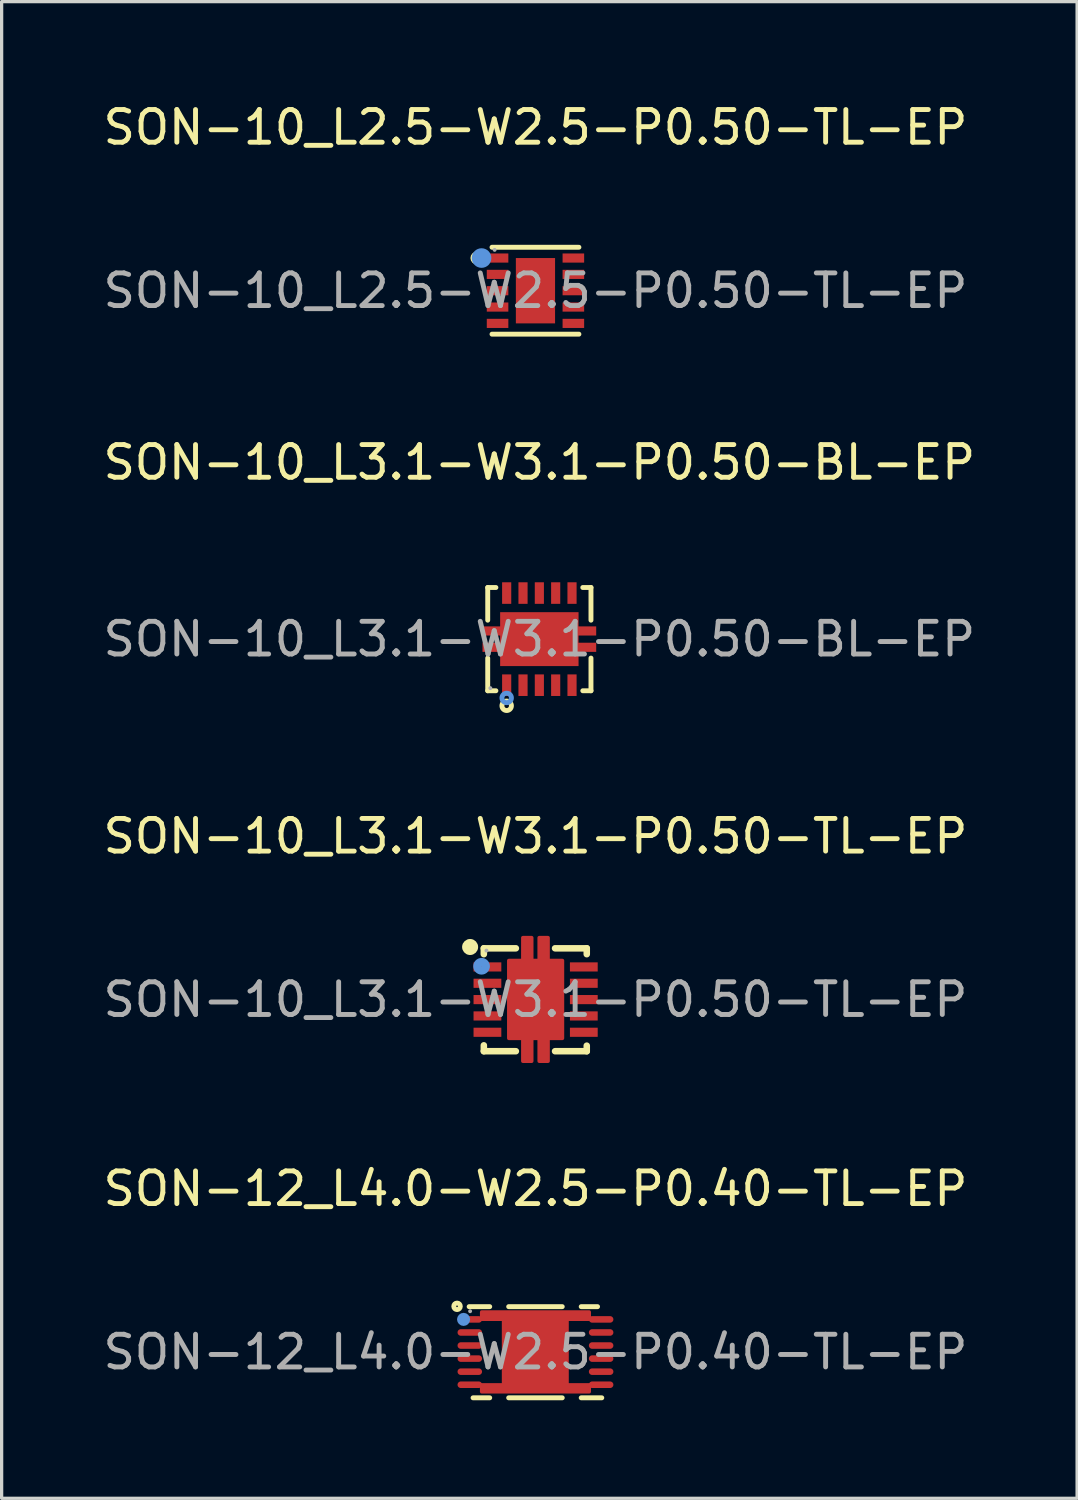
<source format=kicad_pcb>
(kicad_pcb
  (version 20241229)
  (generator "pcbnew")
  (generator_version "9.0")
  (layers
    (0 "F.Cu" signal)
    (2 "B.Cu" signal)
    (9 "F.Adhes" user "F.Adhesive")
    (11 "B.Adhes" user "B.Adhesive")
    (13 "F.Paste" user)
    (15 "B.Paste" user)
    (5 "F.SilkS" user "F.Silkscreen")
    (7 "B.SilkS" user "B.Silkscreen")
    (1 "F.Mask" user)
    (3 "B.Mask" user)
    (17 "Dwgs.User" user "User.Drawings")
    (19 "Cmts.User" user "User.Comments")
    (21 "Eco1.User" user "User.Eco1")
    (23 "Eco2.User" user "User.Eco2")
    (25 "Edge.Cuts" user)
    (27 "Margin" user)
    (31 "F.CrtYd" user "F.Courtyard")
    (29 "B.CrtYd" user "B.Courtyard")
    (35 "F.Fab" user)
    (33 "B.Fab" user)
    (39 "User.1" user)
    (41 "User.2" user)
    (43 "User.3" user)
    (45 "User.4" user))
  (footprint "SON-10_L2.5-W2.5-P0.50-TL-EP"
    (layer "F.Cu")
    (at 13.339 5.848)
    (property "Reference" "SON-10_L2.5-W2.5-P0.50-TL-EP" (at 0 -5 0) (layer "F.SilkS") (effects (font (size 1 1) (thickness 0.15))))
    (attr through_hole)
    (fp_line (start -1.33 -1.33) (end 1.33 -1.33) (stroke (width 0.15) (type solid)) (layer "F.SilkS"))
    (fp_line (start 1.33 1.33) (end -1.33 1.33) (stroke (width 0.15) (type solid)) (layer "F.SilkS"))
    (fp_circle (center -1.79 -1) (end -1.69 -1) (stroke (width 0.2) (type solid)) (fill no) (layer "F.SilkS"))
    (fp_circle (center -1.65 -1) (end -1.5 -1) (stroke (width 0.3) (type solid)) (fill no) (layer "Cmts.User"))
    (fp_circle (center -1.25 -1.25) (end -1.22 -1.25) (stroke (width 0.06) (type solid)) (fill no) (layer "F.Fab"))
    (fp_text user "${REFERENCE}" (at 0 0 0) (layer "F.Fab") (effects (font (size 1 1) (thickness 0.15))))
    (pad "1" smd rect (at -1.16 -1) (size 0.66 0.28) (layers "F.Cu" "F.Mask" "F.Paste"))
    (pad "2" smd rect (at -1.16 -0.5) (size 0.66 0.28) (layers "F.Cu" "F.Mask" "F.Paste"))
    (pad "3" smd rect (at -1.16 0) (size 0.66 0.28) (layers "F.Cu" "F.Mask" "F.Paste"))
    (pad "4" smd rect (at -1.16 0.5) (size 0.66 0.28) (layers "F.Cu" "F.Mask" "F.Paste"))
    (pad "5" smd rect (at -1.16 1) (size 0.66 0.28) (layers "F.Cu" "F.Mask" "F.Paste"))
    (pad "6" smd rect (at 1.16 1) (size 0.66 0.28) (layers "F.Cu" "F.Mask" "F.Paste"))
    (pad "7" smd rect (at 1.16 0.5) (size 0.66 0.28) (layers "F.Cu" "F.Mask" "F.Paste"))
    (pad "8" smd rect (at 1.16 0) (size 0.66 0.28) (layers "F.Cu" "F.Mask" "F.Paste"))
    (pad "9" smd rect (at 1.16 -0.5) (size 0.66 0.28) (layers "F.Cu" "F.Mask" "F.Paste"))
    (pad "10" smd rect (at 1.16 -1) (size 0.66 0.28) (layers "F.Cu" "F.Mask" "F.Paste"))
    (pad "11" smd rect (at 0 0) (size 1.2 2) (layers "F.Cu" "F.Mask" "F.Paste")))
  (footprint "SON-12_L4.0-W2.5-P0.40-TL-EP"
    (layer "F.Cu")
    (at 13.339 38.333)
    (property "Reference" "SON-12_L4.0-W2.5-P0.40-TL-EP" (at 0 -5 0) (layer "F.SilkS") (effects (font (size 1 1) (thickness 0.15))))
    (attr through_hole)
    (fp_line (start -2.03 -1.39) (end -1.4 -1.39) (stroke (width 0.15) (type solid)) (layer "F.SilkS"))
    (fp_line (start -1.4 1.4) (end -1.91 1.4) (stroke (width 0.15) (type solid)) (layer "F.SilkS"))
    (fp_line (start -0.82 -1.39) (end 0.82 -1.39) (stroke (width 0.15) (type solid)) (layer "F.SilkS"))
    (fp_line (start 0.82 1.4) (end -0.82 1.4) (stroke (width 0.15) (type solid)) (layer "F.SilkS"))
    (fp_line (start 1.4 -1.39) (end 1.9 -1.39) (stroke (width 0.15) (type solid)) (layer "F.SilkS"))
    (fp_line (start 2.03 1.4) (end 1.4 1.4) (stroke (width 0.15) (type solid)) (layer "F.SilkS"))
    (fp_circle (center -2.4 -1.4) (end -2.3 -1.4) (stroke (width 0.15) (type solid)) (fill no) (layer "F.SilkS"))
    (fp_circle (center -2.2 -1) (end -2.1 -1) (stroke (width 0.2) (type solid)) (fill no) (layer "Cmts.User"))
    (fp_circle (center -2 -1.25) (end -1.97 -1.25) (stroke (width 0.06) (type solid)) (fill no) (layer "F.Fab"))
    (fp_text user "${REFERENCE}" (at 0 0 0) (layer "F.Fab") (effects (font (size 1 1) (thickness 0.15))))
    (pad "1" smd oval (at -2.01 -1) (size 0.75 0.2) (layers "F.Cu" "F.Mask" "F.Paste"))
    (pad "2" smd oval (at -2.01 -0.6) (size 0.75 0.2) (layers "F.Cu" "F.Mask" "F.Paste"))
    (pad "3" smd oval (at -2.01 -0.2) (size 0.75 0.2) (layers "F.Cu" "F.Mask" "F.Paste"))
    (pad "4" smd oval (at -2.01 0.2) (size 0.75 0.2) (layers "F.Cu" "F.Mask" "F.Paste"))
    (pad "5" smd oval (at -2.01 0.6) (size 0.75 0.2) (layers "F.Cu" "F.Mask" "F.Paste"))
    (pad "6" smd oval (at -2.01 1) (size 0.75 0.2) (layers "F.Cu" "F.Mask" "F.Paste"))
    (pad "7" smd oval (at 2.01 1) (size 0.75 0.2) (layers "F.Cu" "F.Mask" "F.Paste"))
    (pad "8" smd oval (at 2.01 0.6) (size 0.75 0.2) (layers "F.Cu" "F.Mask" "F.Paste"))
    (pad "9" smd oval (at 2.01 0.2) (size 0.75 0.2) (layers "F.Cu" "F.Mask" "F.Paste"))
    (pad "10" smd oval (at 2.01 -0.2) (size 0.75 0.2) (layers "F.Cu" "F.Mask" "F.Paste"))
    (pad "11" smd oval (at 2.01 -0.6) (size 0.75 0.2) (layers "F.Cu" "F.Mask" "F.Paste"))
    (pad "12" smd oval (at 2.01 -1) (size 0.75 0.2) (layers "F.Cu" "F.Mask" "F.Paste"))
    (pad "13" smd custom (at 0 0 270) (size 1 1) (layers "F.Cu" "F.Mask" "F.Paste") (options (anchor circle)) (primitives (gr_poly (pts (xy 1 -0.97) (xy 1 -1.65) (xy 1.22 -1.65) (xy 1.22 1.65) (xy 1 1.65) (xy 1 0.98) (xy -1 0.98) (xy -1 1.65) (xy -1.23 1.65) (xy -1.23 -1.65) (xy -1 -1.65) (xy -1 -0.97)) (width 0.1) (fill yes)))))
  (footprint "SON-10_L3.1-W3.1-P0.50-BL-EP"
    (layer "F.Cu")
    (at 13.458 16.512)
    (property "Reference" "SON-10_L3.1-W3.1-P0.50-BL-EP" (at 0 -5.41 0) (layer "F.SilkS") (effects (font (size 1 1) (thickness 0.15))))
    (attr through_hole)
    (fp_line (start -1.58 -1.58) (end -1.33 -1.58) (stroke (width 0.15) (type solid)) (layer "F.SilkS"))
    (fp_line (start -1.58 -0.58) (end -1.58 -1.58) (stroke (width 0.15) (type solid)) (layer "F.SilkS"))
    (fp_line (start -1.58 0.58) (end -1.58 1.58) (stroke (width 0.15) (type solid)) (layer "F.SilkS"))
    (fp_line (start -1.58 1.58) (end -1.33 1.58) (stroke (width 0.15) (type solid)) (layer "F.SilkS"))
    (fp_line (start 1.58 -1.58) (end 1.33 -1.58) (stroke (width 0.15) (type solid)) (layer "F.SilkS"))
    (fp_line (start 1.58 -0.58) (end 1.58 -1.58) (stroke (width 0.15) (type solid)) (layer "F.SilkS"))
    (fp_line (start 1.58 0.58) (end 1.58 1.58) (stroke (width 0.15) (type solid)) (layer "F.SilkS"))
    (fp_line (start 1.58 1.58) (end 1.33 1.58) (stroke (width 0.15) (type solid)) (layer "F.SilkS"))
    (fp_circle (center -1 2.04) (end -0.93 2.04) (stroke (width 0.15) (type solid)) (fill no) (layer "F.SilkS"))
    (fp_circle (center -1 1.8) (end -0.93 1.8) (stroke (width 0.15) (type solid)) (fill no) (layer "Cmts.User"))
    (fp_circle (center -1.5 1.5) (end -1.47 1.5) (stroke (width 0.06) (type solid)) (fill no) (layer "F.Fab"))
    (fp_text user "${REFERENCE}" (at 0 0 0) (layer "F.Fab") (effects (font (size 1 1) (thickness 0.15))))
    (pad "1" smd rect (at -1 1.41) (size 0.28 0.66) (layers "F.Cu" "F.Mask" "F.Paste"))
    (pad "2" smd rect (at -0.5 1.41) (size 0.28 0.66) (layers "F.Cu" "F.Mask" "F.Paste"))
    (pad "3" smd rect (at 0 1.41) (size 0.28 0.66) (layers "F.Cu" "F.Mask" "F.Paste"))
    (pad "4" smd rect (at 0.5 1.41) (size 0.28 0.66) (layers "F.Cu" "F.Mask" "F.Paste"))
    (pad "5" smd rect (at 1 1.41) (size 0.28 0.66) (layers "F.Cu" "F.Mask" "F.Paste"))
    (pad "6" smd rect (at 1 -1.41) (size 0.28 0.66) (layers "F.Cu" "F.Mask" "F.Paste"))
    (pad "7" smd rect (at 0.5 -1.41) (size 0.28 0.66) (layers "F.Cu" "F.Mask" "F.Paste"))
    (pad "8" smd rect (at 0 -1.41) (size 0.28 0.66) (layers "F.Cu" "F.Mask" "F.Paste"))
    (pad "9" smd rect (at -0.5 -1.41) (size 0.28 0.66) (layers "F.Cu" "F.Mask" "F.Paste"))
    (pad "10" smd rect (at -1 -1.41) (size 0.28 0.66) (layers "F.Cu" "F.Mask" "F.Paste"))
    (pad "11" smd rect (at -1.41 -0.25) (size 0.66 0.28) (layers "F.Cu" "F.Mask" "F.Paste"))
    (pad "11" smd rect (at -1.41 0.25) (size 0.66 0.28) (layers "F.Cu" "F.Mask" "F.Paste"))
    (pad "11" smd rect (at 0 0) (size 2.4 1.65) (layers "F.Cu" "F.Mask" "F.Paste"))
    (pad "11" smd rect (at 1.41 -0.25) (size 0.66 0.28) (layers "F.Cu" "F.Mask" "F.Paste"))
    (pad "11" smd rect (at 1.41 0.25) (size 0.66 0.28) (layers "F.Cu" "F.Mask" "F.Paste")))
  (footprint "SON-10_L3.1-W3.1-P0.50-TL-EP"
    (layer "F.Cu")
    (at 13.339 27.545)
    (property "Reference" "SON-10_L3.1-W3.1-P0.50-TL-EP" (at 0 -5 0) (layer "F.SilkS") (effects (font (size 1 1) (thickness 0.15))))
    (attr through_hole)
    (fp_line (start -1.58 -1.57) (end -1.58 -1.39) (stroke (width 0.2) (type solid)) (layer "F.SilkS"))
    (fp_line (start -1.58 1.4) (end -1.58 1.58) (stroke (width 0.2) (type solid)) (layer "F.SilkS"))
    (fp_line (start -0.6 -1.57) (end -1.58 -1.57) (stroke (width 0.2) (type solid)) (layer "F.SilkS"))
    (fp_line (start -0.6 1.58) (end -1.58 1.58) (stroke (width 0.2) (type solid)) (layer "F.SilkS"))
    (fp_line (start 1.57 -1.57) (end 0.6 -1.57) (stroke (width 0.2) (type solid)) (layer "F.SilkS"))
    (fp_line (start 1.57 -1.57) (end 1.57 -1.39) (stroke (width 0.2) (type solid)) (layer "F.SilkS"))
    (fp_line (start 1.57 1.41) (end 1.57 1.58) (stroke (width 0.2) (type solid)) (layer "F.SilkS"))
    (fp_line (start 1.57 1.58) (end 0.6 1.58) (stroke (width 0.2) (type solid)) (layer "F.SilkS"))
    (fp_arc (start -2.01 -1.49) (mid -1.995013 -1.730313) (end -1.999966 -1.489584) (stroke (width 0.25) (type solid)) (layer "F.SilkS"))
    (fp_circle (center -1.65 -1.02) (end -1.52 -1.02) (stroke (width 0.25) (type solid)) (fill no) (layer "Cmts.User"))
    (fp_circle (center -1.5 -1.5) (end -1.47 -1.5) (stroke (width 0.06) (type solid)) (fill no) (layer "F.Fab"))
    (fp_text user "${REFERENCE}" (at 0 0 0) (layer "F.Fab") (effects (font (size 1 1) (thickness 0.15))))
    (pad "1" smd rect (at -1.47 -1 270) (size 0.28 0.85) (layers "F.Cu" "F.Mask" "F.Paste"))
    (pad "2" smd rect (at -1.47 -0.5 270) (size 0.28 0.85) (layers "F.Cu" "F.Mask" "F.Paste"))
    (pad "3" smd rect (at -1.47 0 270) (size 0.28 0.85) (layers "F.Cu" "F.Mask" "F.Paste"))
    (pad "4" smd rect (at -1.47 0.5 90) (size 0.28 0.85) (layers "F.Cu" "F.Mask" "F.Paste"))
    (pad "5" smd rect (at -1.47 1 90) (size 0.28 0.85) (layers "F.Cu" "F.Mask" "F.Paste"))
    (pad "6" smd rect (at 1.48 1 90) (size 0.28 0.85) (layers "F.Cu" "F.Mask" "F.Paste"))
    (pad "7" smd rect (at 1.48 0.5 90) (size 0.28 0.85) (layers "F.Cu" "F.Mask" "F.Paste"))
    (pad "8" smd rect (at 1.48 0 90) (size 0.28 0.85) (layers "F.Cu" "F.Mask" "F.Paste"))
    (pad "9" smd rect (at 1.48 -0.5 90) (size 0.28 0.85) (layers "F.Cu" "F.Mask" "F.Paste"))
    (pad "10" smd rect (at 1.48 -1 90) (size 0.28 0.85) (layers "F.Cu" "F.Mask" "F.Paste"))
    (pad "11" smd custom (at 0 0 180) (size 1 1) (layers "F.Cu" "F.Mask" "F.Paste") (options (anchor circle)) (primitives (gr_poly (pts (xy 0.82 1.2) (xy 0.39 1.2) (xy 0.39 1.9) (xy 0.11 1.9) (xy 0.11 1.2) (xy -0.11 1.2) (xy -0.11 1.9) (xy -0.39 1.9) (xy -0.39 1.2) (xy -0.83 1.2) (xy -0.83 -1.19) (xy -0.39 -1.19) (xy -0.39 -1.89) (xy -0.11 -1.89) (xy -0.11 -1.19) (xy 0.11 -1.19) (xy 0.11 -1.89) (xy 0.39 -1.89) (xy 0.39 -1.19) (xy 0.82 -1.19)) (width 0.1) (fill yes)))))
  (gr_rect
    (start -3 -3)
    (end 29.917 42.808)
    (stroke (width 0.1) (type default))
    (fill no)
    (layer "Edge.Cuts")))
</source>
